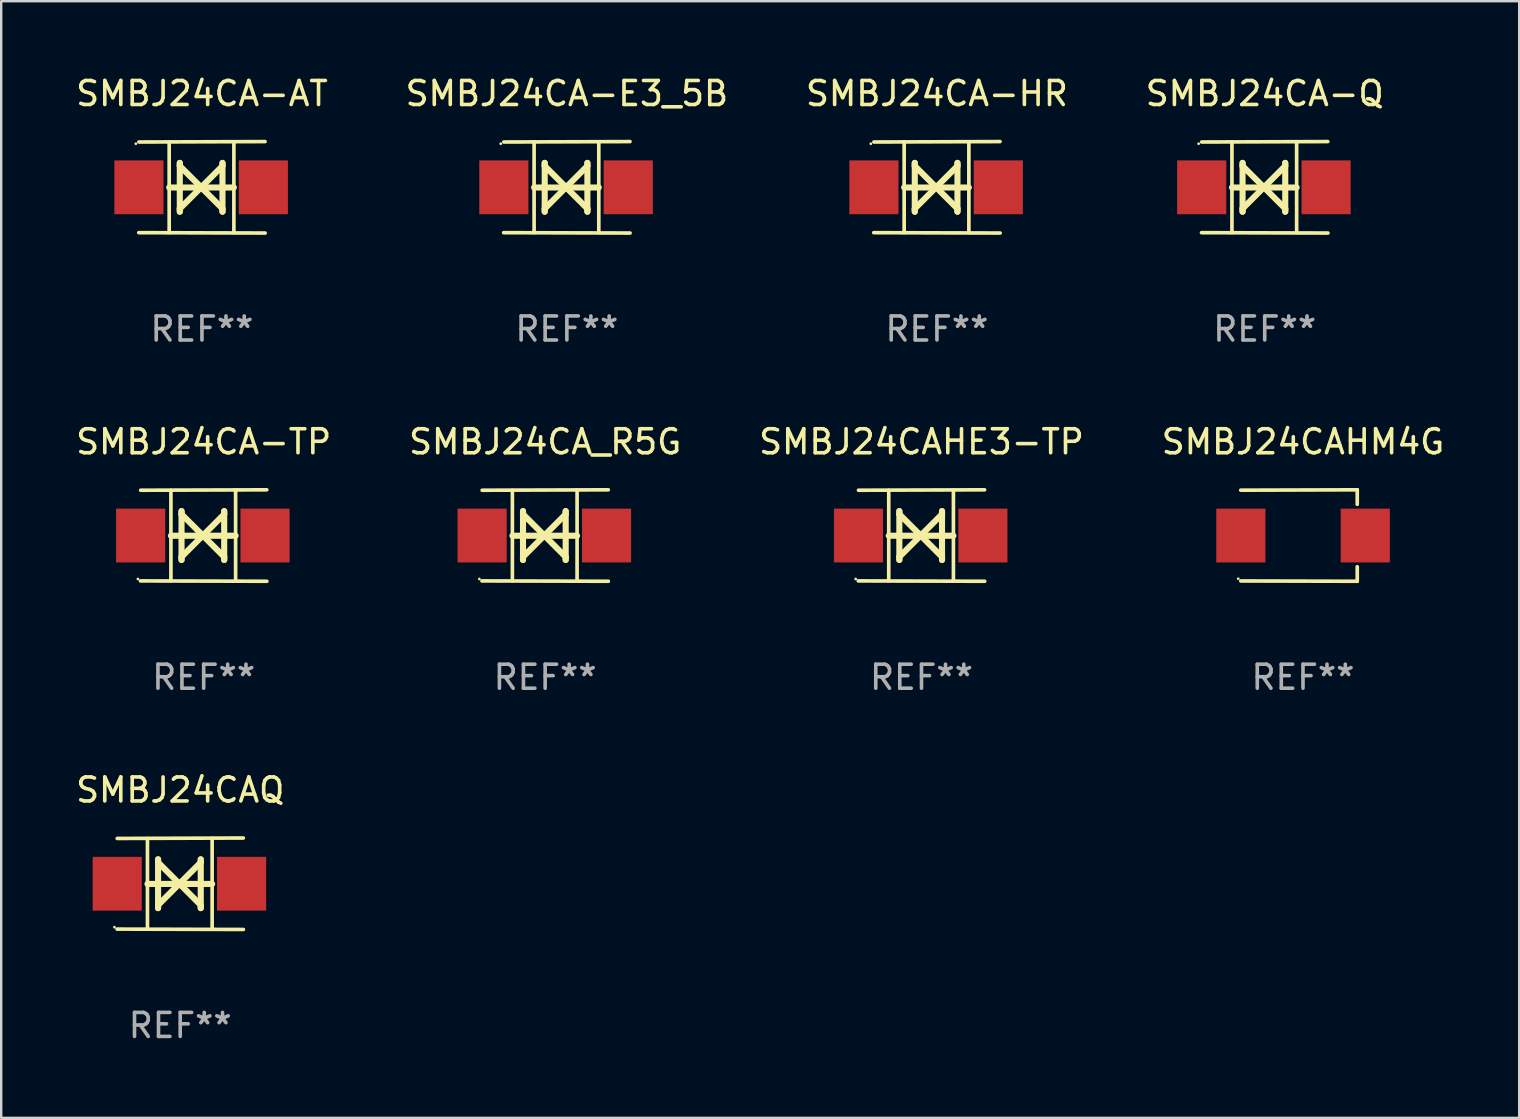
<source format=kicad_pcb>
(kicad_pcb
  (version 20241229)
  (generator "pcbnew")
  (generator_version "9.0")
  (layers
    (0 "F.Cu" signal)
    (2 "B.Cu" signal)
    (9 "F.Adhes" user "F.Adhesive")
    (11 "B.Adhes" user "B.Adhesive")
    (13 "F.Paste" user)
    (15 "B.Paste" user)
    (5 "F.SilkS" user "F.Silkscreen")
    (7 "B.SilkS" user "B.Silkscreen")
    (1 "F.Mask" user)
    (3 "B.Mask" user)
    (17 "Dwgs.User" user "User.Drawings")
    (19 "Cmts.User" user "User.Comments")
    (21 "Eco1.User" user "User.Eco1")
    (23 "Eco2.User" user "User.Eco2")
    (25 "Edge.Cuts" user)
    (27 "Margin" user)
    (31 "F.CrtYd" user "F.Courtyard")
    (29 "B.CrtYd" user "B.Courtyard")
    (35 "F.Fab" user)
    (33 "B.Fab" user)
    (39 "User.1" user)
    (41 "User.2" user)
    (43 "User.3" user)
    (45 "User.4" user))
  (footprint "SMBJ24CA-HR"
    (layer "F.Cu")
    (at 35.982 4.753)
    (property "Reference" "SMBJ24CA-HR" (at 0 -3.905 0) (layer "F.SilkS") (effects (font (size 1 1) (thickness 0.15))))
    (attr through_hole)
    (fp_line (start -1.365 1.886) (end -1.365 -1.886) (stroke (width 0.152) (type solid)) (layer "F.SilkS"))
    (fp_line (start -1.365 0.008) (end 1.33 0.008) (stroke (width 0.254) (type solid)) (layer "F.SilkS"))
    (fp_line (start -0.923 -1.016) (end -0.923 1.016) (stroke (width 0.254) (type solid)) (layer "F.SilkS"))
    (fp_line (start -0.923 -0.889) (end -0.923 -1.016) (stroke (width 0.254) (type solid)) (layer "F.SilkS"))
    (fp_line (start -0.923 0.889) (end -0.034 0) (stroke (width 0.254) (type solid)) (layer "F.SilkS"))
    (fp_line (start -0.923 1.016) (end -0.923 0.889) (stroke (width 0.254) (type solid)) (layer "F.SilkS"))
    (fp_line (start -0.034 0) (end -0.923 -0.889) (stroke (width 0.254) (type solid)) (layer "F.SilkS"))
    (fp_line (start -0.034 0) (end 0.855 0.889) (stroke (width 0.254) (type solid)) (layer "F.SilkS"))
    (fp_line (start 0.855 -1.016) (end 0.855 -0.889) (stroke (width 0.254) (type solid)) (layer "F.SilkS"))
    (fp_line (start 0.855 -0.889) (end -0.034 0) (stroke (width 0.254) (type solid)) (layer "F.SilkS"))
    (fp_line (start 0.855 0.889) (end 0.855 1.016) (stroke (width 0.254) (type solid)) (layer "F.SilkS"))
    (fp_line (start 0.855 1.016) (end 0.855 -1.016) (stroke (width 0.254) (type solid)) (layer "F.SilkS"))
    (fp_line (start 1.33 1.886) (end 1.33 -1.886) (stroke (width 0.152) (type solid)) (layer "F.SilkS"))
    (fp_line (start 2.629 -1.905) (end -2.625 -1.887) (stroke (width 0.152) (type solid)) (layer "F.SilkS"))
    (fp_line (start 2.633 1.905) (end -2.633 1.89) (stroke (width 0.152) (type solid)) (layer "F.SilkS"))
    (fp_circle (center -2.753 -1.816) (end -2.723 -1.816) (stroke (width 0.06) (type solid)) (fill no) (layer "F.SilkS"))
    (fp_text user "REF**" (at 0 5.905 0) (layer "F.Fab") (effects (font (size 1 1) (thickness 0.15))))
    (pad "1" smd rect (at -2.625 0) (size 2.047 2.241) (layers "F.Cu" "F.Mask" "F.Paste"))
    (pad "2" smd rect (at 2.557 0) (size 2.047 2.241) (layers "F.Cu" "F.Mask" "F.Paste")))
  (footprint "SMBJ24CAQ"
    (layer "F.Cu")
    (at 4.458 33.766)
    (property "Reference" "SMBJ24CAQ" (at 0 -3.905 0) (layer "F.SilkS") (effects (font (size 1 1) (thickness 0.15))))
    (attr through_hole)
    (fp_line (start -1.365 1.886) (end -1.365 -1.886) (stroke (width 0.152) (type solid)) (layer "F.SilkS"))
    (fp_line (start -1.365 0.008) (end 1.33 0.008) (stroke (width 0.254) (type solid)) (layer "F.SilkS"))
    (fp_line (start -0.923 -1.016) (end -0.923 1.016) (stroke (width 0.254) (type solid)) (layer "F.SilkS"))
    (fp_line (start -0.923 -0.889) (end -0.923 -1.016) (stroke (width 0.254) (type solid)) (layer "F.SilkS"))
    (fp_line (start -0.923 0.889) (end -0.034 0) (stroke (width 0.254) (type solid)) (layer "F.SilkS"))
    (fp_line (start -0.923 1.016) (end -0.923 0.889) (stroke (width 0.254) (type solid)) (layer "F.SilkS"))
    (fp_line (start -0.034 0) (end -0.923 -0.889) (stroke (width 0.254) (type solid)) (layer "F.SilkS"))
    (fp_line (start -0.034 0) (end 0.855 0.889) (stroke (width 0.254) (type solid)) (layer "F.SilkS"))
    (fp_line (start 0.855 -1.016) (end 0.855 -0.889) (stroke (width 0.254) (type solid)) (layer "F.SilkS"))
    (fp_line (start 0.855 -0.889) (end -0.034 0) (stroke (width 0.254) (type solid)) (layer "F.SilkS"))
    (fp_line (start 0.855 0.889) (end 0.855 1.016) (stroke (width 0.254) (type solid)) (layer "F.SilkS"))
    (fp_line (start 0.855 1.016) (end 0.855 -1.016) (stroke (width 0.254) (type solid)) (layer "F.SilkS"))
    (fp_line (start 1.33 1.886) (end 1.33 -1.886) (stroke (width 0.152) (type solid)) (layer "F.SilkS"))
    (fp_line (start 2.629 -1.905) (end -2.625 -1.887) (stroke (width 0.152) (type solid)) (layer "F.SilkS"))
    (fp_line (start 2.633 1.905) (end -2.633 1.89) (stroke (width 0.152) (type solid)) (layer "F.SilkS"))
    (fp_circle (center -2.741 1.81) (end -2.711 1.81) (stroke (width 0.06) (type solid)) (fill no) (layer "F.SilkS"))
    (fp_text user "REF**" (at 0 5.905 0) (layer "F.Fab") (effects (font (size 1 1) (thickness 0.15))))
    (pad "1" smd rect (at -2.625 0) (size 2.047 2.241) (layers "F.Cu" "F.Mask" "F.Paste"))
    (pad "2" smd rect (at 2.557 0) (size 2.047 2.241) (layers "F.Cu" "F.Mask" "F.Paste")))
  (footprint "SMBJ24CA-E3_5B"
    (layer "F.Cu")
    (at 20.565 4.753)
    (property "Reference" "SMBJ24CA-E3_5B" (at 0 -3.905 0) (layer "F.SilkS") (effects (font (size 1 1) (thickness 0.15))))
    (attr through_hole)
    (fp_line (start -1.365 1.886) (end -1.365 -1.886) (stroke (width 0.152) (type solid)) (layer "F.SilkS"))
    (fp_line (start -1.365 0.008) (end 1.33 0.008) (stroke (width 0.254) (type solid)) (layer "F.SilkS"))
    (fp_line (start -0.923 -1.016) (end -0.923 1.016) (stroke (width 0.254) (type solid)) (layer "F.SilkS"))
    (fp_line (start -0.923 -0.889) (end -0.923 -1.016) (stroke (width 0.254) (type solid)) (layer "F.SilkS"))
    (fp_line (start -0.923 0.889) (end -0.034 0) (stroke (width 0.254) (type solid)) (layer "F.SilkS"))
    (fp_line (start -0.923 1.016) (end -0.923 0.889) (stroke (width 0.254) (type solid)) (layer "F.SilkS"))
    (fp_line (start -0.034 0) (end -0.923 -0.889) (stroke (width 0.254) (type solid)) (layer "F.SilkS"))
    (fp_line (start -0.034 0) (end 0.855 0.889) (stroke (width 0.254) (type solid)) (layer "F.SilkS"))
    (fp_line (start 0.855 -1.016) (end 0.855 -0.889) (stroke (width 0.254) (type solid)) (layer "F.SilkS"))
    (fp_line (start 0.855 -0.889) (end -0.034 0) (stroke (width 0.254) (type solid)) (layer "F.SilkS"))
    (fp_line (start 0.855 0.889) (end 0.855 1.016) (stroke (width 0.254) (type solid)) (layer "F.SilkS"))
    (fp_line (start 0.855 1.016) (end 0.855 -1.016) (stroke (width 0.254) (type solid)) (layer "F.SilkS"))
    (fp_line (start 1.33 1.886) (end 1.33 -1.886) (stroke (width 0.152) (type solid)) (layer "F.SilkS"))
    (fp_line (start 2.629 -1.905) (end -2.625 -1.887) (stroke (width 0.152) (type solid)) (layer "F.SilkS"))
    (fp_line (start 2.633 1.905) (end -2.633 1.89) (stroke (width 0.152) (type solid)) (layer "F.SilkS"))
    (fp_circle (center -2.753 -1.816) (end -2.723 -1.816) (stroke (width 0.06) (type solid)) (fill no) (layer "F.SilkS"))
    (fp_text user "REF**" (at 0 5.905 0) (layer "F.Fab") (effects (font (size 1 1) (thickness 0.15))))
    (pad "1" smd rect (at -2.625 0) (size 2.047 2.241) (layers "F.Cu" "F.Mask" "F.Paste"))
    (pad "2" smd rect (at 2.557 0) (size 2.047 2.241) (layers "F.Cu" "F.Mask" "F.Paste")))
  (footprint "SMBJ24CA-TP"
    (layer "F.Cu")
    (at 5.435 19.26)
    (property "Reference" "SMBJ24CA-TP" (at 0 -3.905 0) (layer "F.SilkS") (effects (font (size 1 1) (thickness 0.15))))
    (attr through_hole)
    (fp_line (start -1.365 1.886) (end -1.365 -1.886) (stroke (width 0.152) (type solid)) (layer "F.SilkS"))
    (fp_line (start -1.365 0.008) (end 1.33 0.008) (stroke (width 0.254) (type solid)) (layer "F.SilkS"))
    (fp_line (start -0.923 -1.016) (end -0.923 1.016) (stroke (width 0.254) (type solid)) (layer "F.SilkS"))
    (fp_line (start -0.923 -0.889) (end -0.923 -1.016) (stroke (width 0.254) (type solid)) (layer "F.SilkS"))
    (fp_line (start -0.923 0.889) (end -0.034 0) (stroke (width 0.254) (type solid)) (layer "F.SilkS"))
    (fp_line (start -0.923 1.016) (end -0.923 0.889) (stroke (width 0.254) (type solid)) (layer "F.SilkS"))
    (fp_line (start -0.034 0) (end -0.923 -0.889) (stroke (width 0.254) (type solid)) (layer "F.SilkS"))
    (fp_line (start -0.034 0) (end 0.855 0.889) (stroke (width 0.254) (type solid)) (layer "F.SilkS"))
    (fp_line (start 0.855 -1.016) (end 0.855 -0.889) (stroke (width 0.254) (type solid)) (layer "F.SilkS"))
    (fp_line (start 0.855 -0.889) (end -0.034 0) (stroke (width 0.254) (type solid)) (layer "F.SilkS"))
    (fp_line (start 0.855 0.889) (end 0.855 1.016) (stroke (width 0.254) (type solid)) (layer "F.SilkS"))
    (fp_line (start 0.855 1.016) (end 0.855 -1.016) (stroke (width 0.254) (type solid)) (layer "F.SilkS"))
    (fp_line (start 1.33 1.886) (end 1.33 -1.886) (stroke (width 0.152) (type solid)) (layer "F.SilkS"))
    (fp_line (start 2.629 -1.905) (end -2.625 -1.887) (stroke (width 0.152) (type solid)) (layer "F.SilkS"))
    (fp_line (start 2.633 1.905) (end -2.633 1.89) (stroke (width 0.152) (type solid)) (layer "F.SilkS"))
    (fp_circle (center -2.741 1.81) (end -2.711 1.81) (stroke (width 0.06) (type solid)) (fill no) (layer "F.SilkS"))
    (fp_text user "REF**" (at 0 5.905 0) (layer "F.Fab") (effects (font (size 1 1) (thickness 0.15))))
    (pad "1" smd rect (at -2.625 0) (size 2.047 2.241) (layers "F.Cu" "F.Mask" "F.Paste"))
    (pad "2" smd rect (at 2.557 0) (size 2.047 2.241) (layers "F.Cu" "F.Mask" "F.Paste")))
  (footprint "SMBJ24CA-AT"
    (layer "F.Cu")
    (at 5.363 4.753)
    (property "Reference" "SMBJ24CA-AT" (at 0 -3.905 0) (layer "F.SilkS") (effects (font (size 1 1) (thickness 0.15))))
    (attr through_hole)
    (fp_line (start -1.365 1.886) (end -1.365 -1.886) (stroke (width 0.152) (type solid)) (layer "F.SilkS"))
    (fp_line (start -1.365 0.008) (end 1.33 0.008) (stroke (width 0.254) (type solid)) (layer "F.SilkS"))
    (fp_line (start -0.923 -1.016) (end -0.923 1.016) (stroke (width 0.254) (type solid)) (layer "F.SilkS"))
    (fp_line (start -0.923 -0.889) (end -0.923 -1.016) (stroke (width 0.254) (type solid)) (layer "F.SilkS"))
    (fp_line (start -0.923 0.889) (end -0.034 0) (stroke (width 0.254) (type solid)) (layer "F.SilkS"))
    (fp_line (start -0.923 1.016) (end -0.923 0.889) (stroke (width 0.254) (type solid)) (layer "F.SilkS"))
    (fp_line (start -0.034 0) (end -0.923 -0.889) (stroke (width 0.254) (type solid)) (layer "F.SilkS"))
    (fp_line (start -0.034 0) (end 0.855 0.889) (stroke (width 0.254) (type solid)) (layer "F.SilkS"))
    (fp_line (start 0.855 -1.016) (end 0.855 -0.889) (stroke (width 0.254) (type solid)) (layer "F.SilkS"))
    (fp_line (start 0.855 -0.889) (end -0.034 0) (stroke (width 0.254) (type solid)) (layer "F.SilkS"))
    (fp_line (start 0.855 0.889) (end 0.855 1.016) (stroke (width 0.254) (type solid)) (layer "F.SilkS"))
    (fp_line (start 0.855 1.016) (end 0.855 -1.016) (stroke (width 0.254) (type solid)) (layer "F.SilkS"))
    (fp_line (start 1.33 1.886) (end 1.33 -1.886) (stroke (width 0.152) (type solid)) (layer "F.SilkS"))
    (fp_line (start 2.629 -1.905) (end -2.625 -1.887) (stroke (width 0.152) (type solid)) (layer "F.SilkS"))
    (fp_line (start 2.633 1.905) (end -2.633 1.89) (stroke (width 0.152) (type solid)) (layer "F.SilkS"))
    (fp_circle (center -2.753 -1.816) (end -2.723 -1.816) (stroke (width 0.06) (type solid)) (fill no) (layer "F.SilkS"))
    (fp_text user "REF**" (at 0 5.905 0) (layer "F.Fab") (effects (font (size 1 1) (thickness 0.15))))
    (pad "1" smd rect (at -2.625 0) (size 2.047 2.241) (layers "F.Cu" "F.Mask" "F.Paste"))
    (pad "2" smd rect (at 2.557 0) (size 2.047 2.241) (layers "F.Cu" "F.Mask" "F.Paste")))
  (footprint "SMBJ24CAHM4G"
    (layer "F.Cu")
    (at 51.232 19.26)
    (property "Reference" "SMBJ24CAHM4G" (at 0 -3.905 0) (layer "F.SilkS") (effects (font (size 1 1) (thickness 0.15))))
    (attr through_hole)
    (fp_line (start 2.256 -1.905) (end -2.594 -1.889) (stroke (width 0.152) (type solid)) (layer "F.SilkS"))
    (fp_line (start 2.256 -1.905) (end 2.26 -1.905) (stroke (width 0.152) (type solid)) (layer "F.SilkS"))
    (fp_line (start 2.26 -1.905) (end 2.26 -1.301) (stroke (width 0.152) (type solid)) (layer "F.SilkS"))
    (fp_line (start 2.26 1.301) (end 2.26 1.905) (stroke (width 0.152) (type solid)) (layer "F.SilkS"))
    (fp_line (start 2.26 1.905) (end -2.59 1.892) (stroke (width 0.152) (type solid)) (layer "F.SilkS"))
    (fp_circle (center -2.697 1.8) (end -2.667 1.8) (stroke (width 0.06) (type solid)) (fill no) (layer "F.SilkS"))
    (fp_text user "REF**" (at 0 5.905 0) (layer "F.Fab") (effects (font (size 1 1) (thickness 0.15))))
    (pad "1" smd rect (at -2.588 0) (size 2.047 2.241) (layers "F.Cu" "F.Mask" "F.Paste"))
    (pad "2" smd rect (at 2.594 0) (size 2.047 2.241) (layers "F.Cu" "F.Mask" "F.Paste")))
  (footprint "SMBJ24CAHE3-TP"
    (layer "F.Cu")
    (at 35.339 19.26)
    (property "Reference" "SMBJ24CAHE3-TP" (at 0 -3.905 0) (layer "F.SilkS") (effects (font (size 1 1) (thickness 0.15))))
    (attr through_hole)
    (fp_line (start -1.365 1.886) (end -1.365 -1.886) (stroke (width 0.152) (type solid)) (layer "F.SilkS"))
    (fp_line (start -1.365 0.008) (end 1.33 0.008) (stroke (width 0.254) (type solid)) (layer "F.SilkS"))
    (fp_line (start -0.923 -1.016) (end -0.923 1.016) (stroke (width 0.254) (type solid)) (layer "F.SilkS"))
    (fp_line (start -0.923 -0.889) (end -0.923 -1.016) (stroke (width 0.254) (type solid)) (layer "F.SilkS"))
    (fp_line (start -0.923 0.889) (end -0.034 0) (stroke (width 0.254) (type solid)) (layer "F.SilkS"))
    (fp_line (start -0.923 1.016) (end -0.923 0.889) (stroke (width 0.254) (type solid)) (layer "F.SilkS"))
    (fp_line (start -0.034 0) (end -0.923 -0.889) (stroke (width 0.254) (type solid)) (layer "F.SilkS"))
    (fp_line (start -0.034 0) (end 0.855 0.889) (stroke (width 0.254) (type solid)) (layer "F.SilkS"))
    (fp_line (start 0.855 -1.016) (end 0.855 -0.889) (stroke (width 0.254) (type solid)) (layer "F.SilkS"))
    (fp_line (start 0.855 -0.889) (end -0.034 0) (stroke (width 0.254) (type solid)) (layer "F.SilkS"))
    (fp_line (start 0.855 0.889) (end 0.855 1.016) (stroke (width 0.254) (type solid)) (layer "F.SilkS"))
    (fp_line (start 0.855 1.016) (end 0.855 -1.016) (stroke (width 0.254) (type solid)) (layer "F.SilkS"))
    (fp_line (start 1.33 1.886) (end 1.33 -1.886) (stroke (width 0.152) (type solid)) (layer "F.SilkS"))
    (fp_line (start 2.629 -1.905) (end -2.625 -1.887) (stroke (width 0.152) (type solid)) (layer "F.SilkS"))
    (fp_line (start 2.633 1.905) (end -2.633 1.89) (stroke (width 0.152) (type solid)) (layer "F.SilkS"))
    (fp_circle (center -2.741 1.81) (end -2.711 1.81) (stroke (width 0.06) (type solid)) (fill no) (layer "F.SilkS"))
    (fp_text user "REF**" (at 0 5.905 0) (layer "F.Fab") (effects (font (size 1 1) (thickness 0.15))))
    (pad "1" smd rect (at -2.625 0) (size 2.047 2.241) (layers "F.Cu" "F.Mask" "F.Paste"))
    (pad "2" smd rect (at 2.557 0) (size 2.047 2.241) (layers "F.Cu" "F.Mask" "F.Paste")))
  (footprint "SMBJ24CA_R5G"
    (layer "F.Cu")
    (at 19.661 19.26)
    (property "Reference" "SMBJ24CA_R5G" (at 0 -3.905 0) (layer "F.SilkS") (effects (font (size 1 1) (thickness 0.15))))
    (attr through_hole)
    (fp_line (start -1.365 1.886) (end -1.365 -1.886) (stroke (width 0.152) (type solid)) (layer "F.SilkS"))
    (fp_line (start -1.365 0.008) (end 1.33 0.008) (stroke (width 0.254) (type solid)) (layer "F.SilkS"))
    (fp_line (start -0.923 -1.016) (end -0.923 1.016) (stroke (width 0.254) (type solid)) (layer "F.SilkS"))
    (fp_line (start -0.923 -0.889) (end -0.923 -1.016) (stroke (width 0.254) (type solid)) (layer "F.SilkS"))
    (fp_line (start -0.923 0.889) (end -0.034 0) (stroke (width 0.254) (type solid)) (layer "F.SilkS"))
    (fp_line (start -0.923 1.016) (end -0.923 0.889) (stroke (width 0.254) (type solid)) (layer "F.SilkS"))
    (fp_line (start -0.034 0) (end -0.923 -0.889) (stroke (width 0.254) (type solid)) (layer "F.SilkS"))
    (fp_line (start -0.034 0) (end 0.855 0.889) (stroke (width 0.254) (type solid)) (layer "F.SilkS"))
    (fp_line (start 0.855 -1.016) (end 0.855 -0.889) (stroke (width 0.254) (type solid)) (layer "F.SilkS"))
    (fp_line (start 0.855 -0.889) (end -0.034 0) (stroke (width 0.254) (type solid)) (layer "F.SilkS"))
    (fp_line (start 0.855 0.889) (end 0.855 1.016) (stroke (width 0.254) (type solid)) (layer "F.SilkS"))
    (fp_line (start 0.855 1.016) (end 0.855 -1.016) (stroke (width 0.254) (type solid)) (layer "F.SilkS"))
    (fp_line (start 1.33 1.886) (end 1.33 -1.886) (stroke (width 0.152) (type solid)) (layer "F.SilkS"))
    (fp_line (start 2.629 -1.905) (end -2.625 -1.887) (stroke (width 0.152) (type solid)) (layer "F.SilkS"))
    (fp_line (start 2.633 1.905) (end -2.633 1.89) (stroke (width 0.152) (type solid)) (layer "F.SilkS"))
    (fp_circle (center -2.741 1.81) (end -2.711 1.81) (stroke (width 0.06) (type solid)) (fill no) (layer "F.SilkS"))
    (fp_text user "REF**" (at 0 5.905 0) (layer "F.Fab") (effects (font (size 1 1) (thickness 0.15))))
    (pad "1" smd rect (at -2.625 0) (size 2.047 2.241) (layers "F.Cu" "F.Mask" "F.Paste"))
    (pad "2" smd rect (at 2.557 0) (size 2.047 2.241) (layers "F.Cu" "F.Mask" "F.Paste")))
  (footprint "SMBJ24CA-Q"
    (layer "F.Cu")
    (at 49.637 4.753)
    (property "Reference" "SMBJ24CA-Q" (at 0 -3.905 0) (layer "F.SilkS") (effects (font (size 1 1) (thickness 0.15))))
    (attr through_hole)
    (fp_line (start -1.365 1.886) (end -1.365 -1.886) (stroke (width 0.152) (type solid)) (layer "F.SilkS"))
    (fp_line (start -1.365 0.008) (end 1.33 0.008) (stroke (width 0.254) (type solid)) (layer "F.SilkS"))
    (fp_line (start -0.923 -1.016) (end -0.923 1.016) (stroke (width 0.254) (type solid)) (layer "F.SilkS"))
    (fp_line (start -0.923 -0.889) (end -0.923 -1.016) (stroke (width 0.254) (type solid)) (layer "F.SilkS"))
    (fp_line (start -0.923 0.889) (end -0.034 0) (stroke (width 0.254) (type solid)) (layer "F.SilkS"))
    (fp_line (start -0.923 1.016) (end -0.923 0.889) (stroke (width 0.254) (type solid)) (layer "F.SilkS"))
    (fp_line (start -0.034 0) (end -0.923 -0.889) (stroke (width 0.254) (type solid)) (layer "F.SilkS"))
    (fp_line (start -0.034 0) (end 0.855 0.889) (stroke (width 0.254) (type solid)) (layer "F.SilkS"))
    (fp_line (start 0.855 -1.016) (end 0.855 -0.889) (stroke (width 0.254) (type solid)) (layer "F.SilkS"))
    (fp_line (start 0.855 -0.889) (end -0.034 0) (stroke (width 0.254) (type solid)) (layer "F.SilkS"))
    (fp_line (start 0.855 0.889) (end 0.855 1.016) (stroke (width 0.254) (type solid)) (layer "F.SilkS"))
    (fp_line (start 0.855 1.016) (end 0.855 -1.016) (stroke (width 0.254) (type solid)) (layer "F.SilkS"))
    (fp_line (start 1.33 1.886) (end 1.33 -1.886) (stroke (width 0.152) (type solid)) (layer "F.SilkS"))
    (fp_line (start 2.629 -1.905) (end -2.625 -1.887) (stroke (width 0.152) (type solid)) (layer "F.SilkS"))
    (fp_line (start 2.633 1.905) (end -2.633 1.89) (stroke (width 0.152) (type solid)) (layer "F.SilkS"))
    (fp_circle (center -2.753 -1.816) (end -2.723 -1.816) (stroke (width 0.06) (type solid)) (fill no) (layer "F.SilkS"))
    (fp_text user "REF**" (at 0 5.905 0) (layer "F.Fab") (effects (font (size 1 1) (thickness 0.15))))
    (pad "1" smd rect (at -2.625 0) (size 2.047 2.241) (layers "F.Cu" "F.Mask" "F.Paste"))
    (pad "2" smd rect (at 2.557 0) (size 2.047 2.241) (layers "F.Cu" "F.Mask" "F.Paste")))
  (gr_rect
    (start -3 -3)
    (end 60.238 43.52)
    (stroke (width 0.1) (type default))
    (fill no)
    (layer "Edge.Cuts")))
</source>
